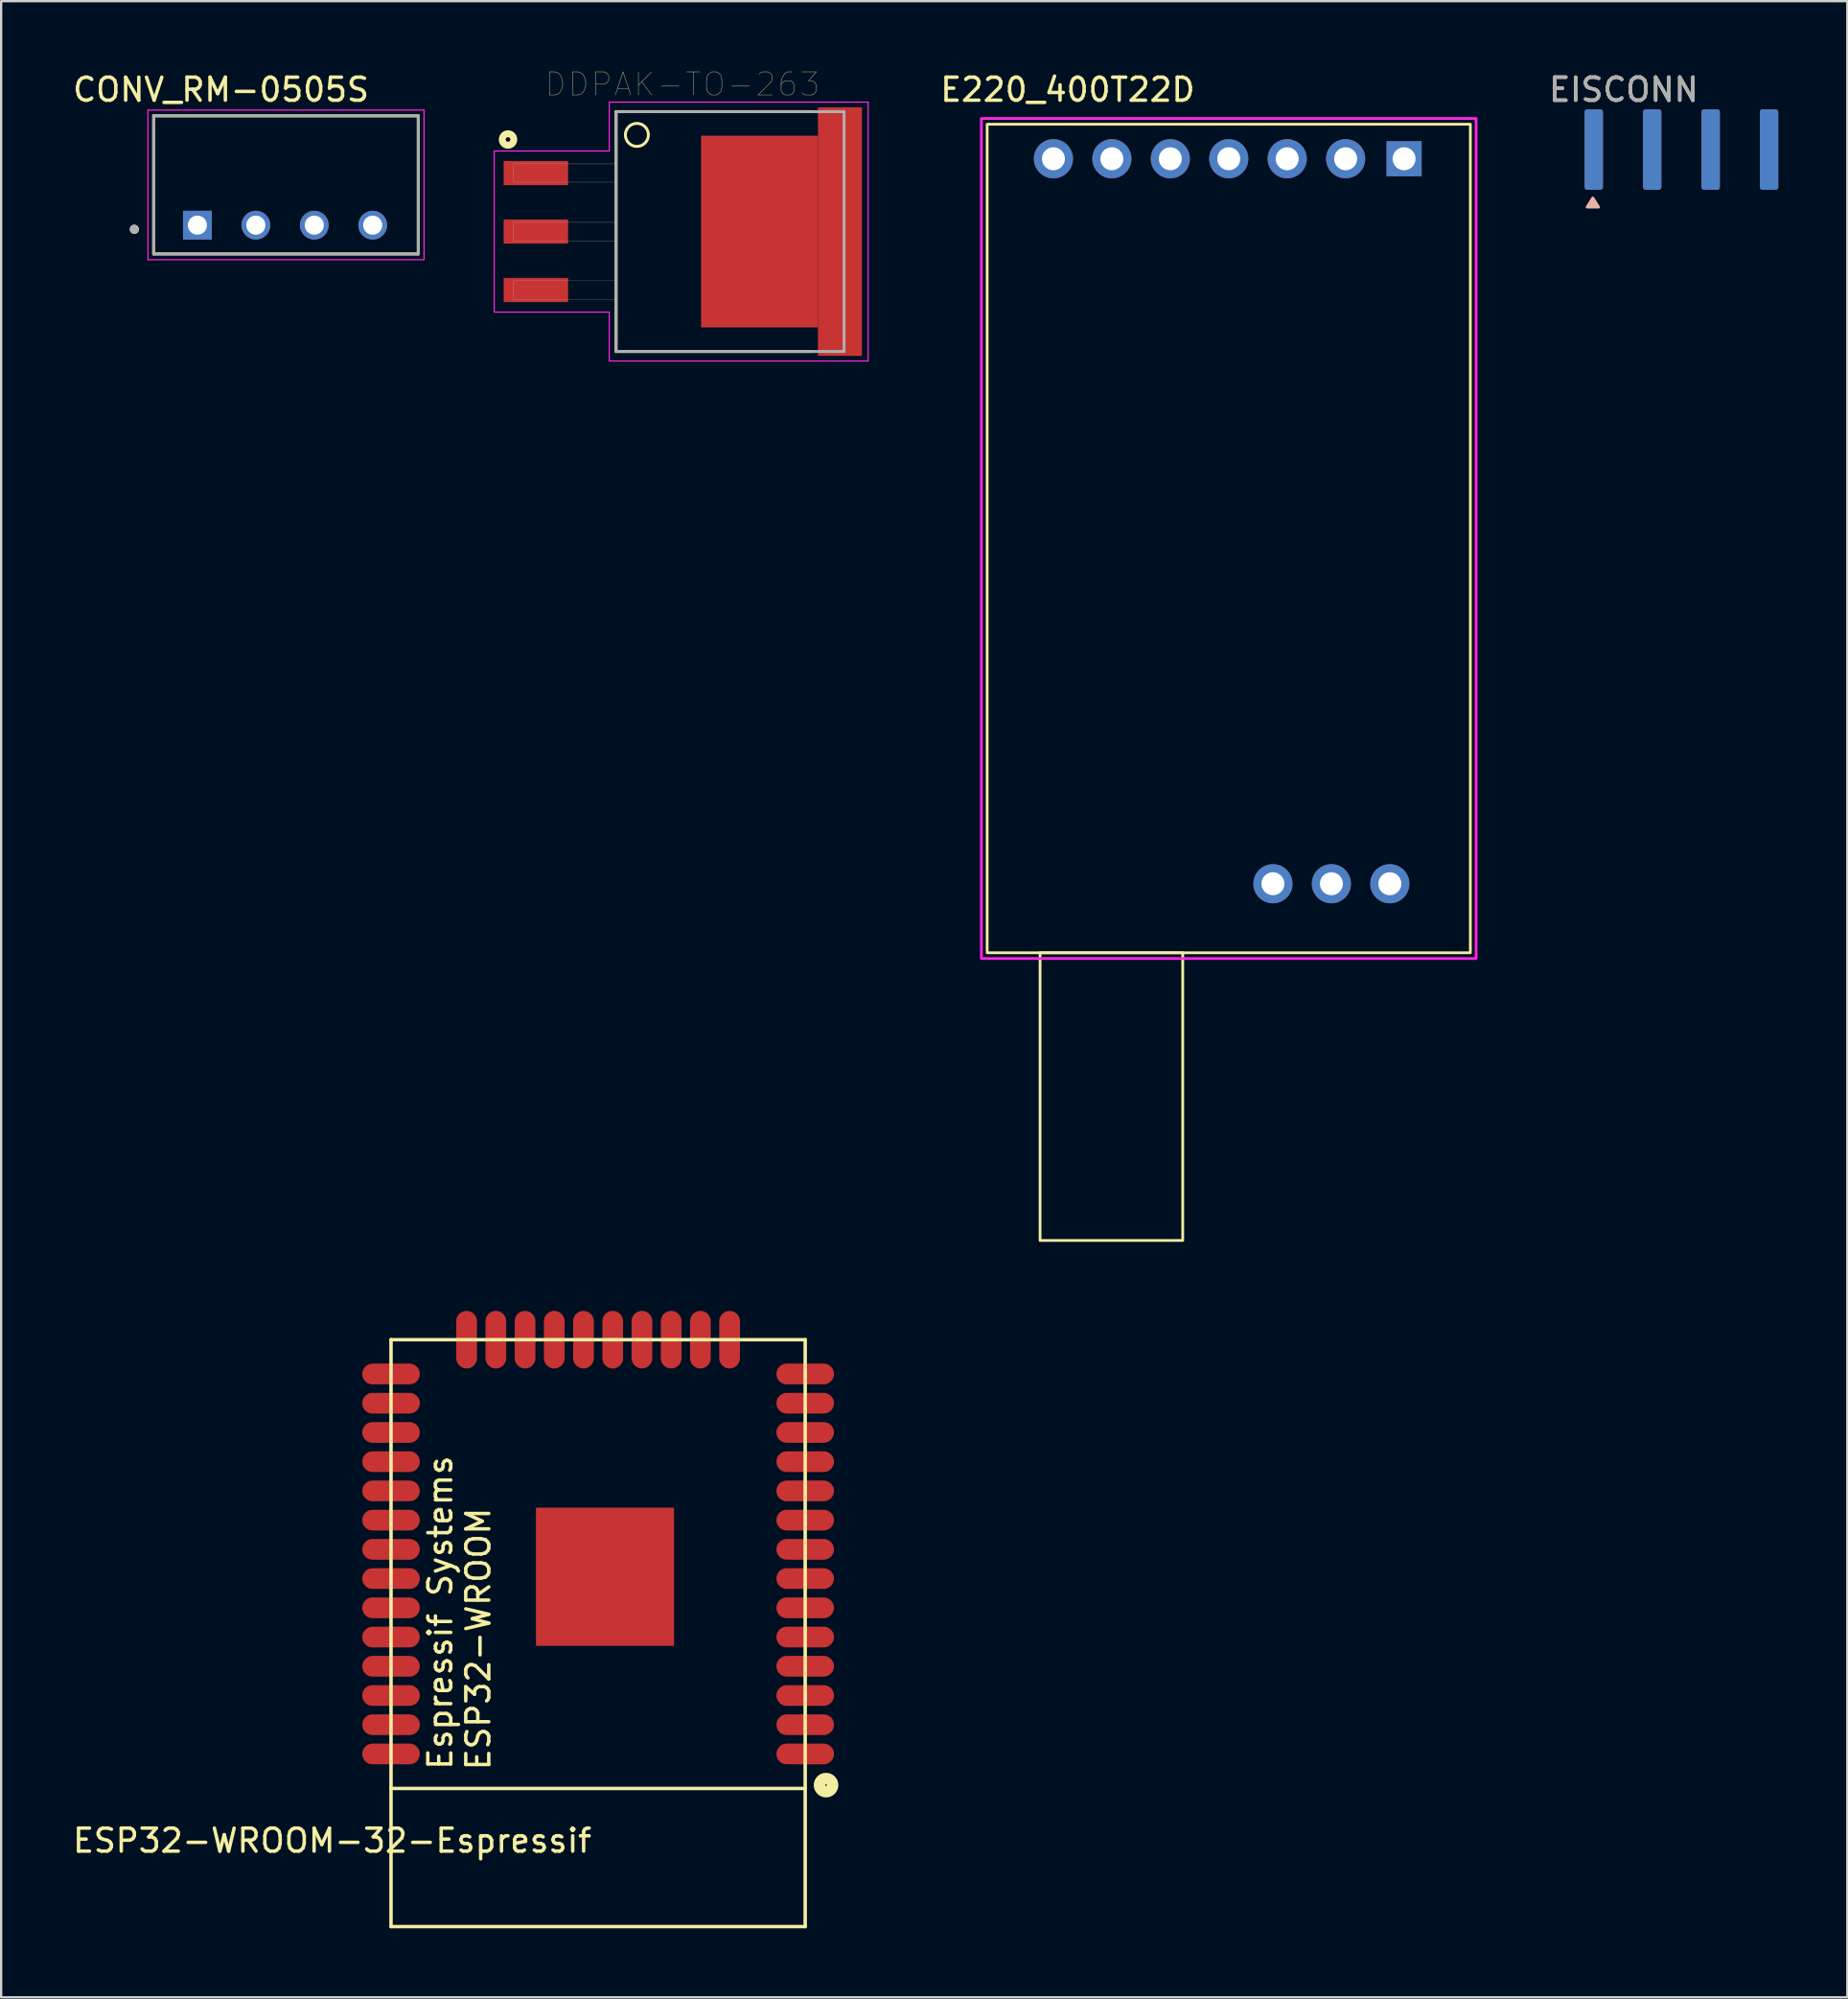
<source format=kicad_pcb>
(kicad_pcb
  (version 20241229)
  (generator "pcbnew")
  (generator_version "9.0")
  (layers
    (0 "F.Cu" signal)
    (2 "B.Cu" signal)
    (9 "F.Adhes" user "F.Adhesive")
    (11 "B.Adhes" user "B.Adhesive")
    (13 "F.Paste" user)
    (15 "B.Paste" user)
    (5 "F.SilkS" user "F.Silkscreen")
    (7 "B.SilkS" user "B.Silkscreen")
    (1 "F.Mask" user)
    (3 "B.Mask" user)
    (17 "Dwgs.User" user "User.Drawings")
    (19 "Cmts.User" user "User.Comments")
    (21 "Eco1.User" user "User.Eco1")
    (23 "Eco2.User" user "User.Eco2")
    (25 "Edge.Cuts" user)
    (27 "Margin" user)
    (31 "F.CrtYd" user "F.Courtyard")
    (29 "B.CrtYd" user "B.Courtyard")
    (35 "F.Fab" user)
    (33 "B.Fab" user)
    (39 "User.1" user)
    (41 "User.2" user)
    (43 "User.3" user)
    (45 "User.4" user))
  (footprint "EISCONN"
    (layer "F.Cu")
    (at 70.025 3.448)
    (property "Reference" "EISCONN" (at -2.5 -2.6 0) (unlocked yes) (layer "F.SilkS") (effects (font (size 1 1) (thickness 0.15))))
    (attr smd)
    (fp_poly (pts (xy -3.85 2.1) (xy -4.1 2.5) (xy -3.6 2.5)) (stroke (width 0.12) (type solid)) (fill yes) (layer "B.SilkS"))
    (fp_text user "${REFERENCE}" (at -2.5 -2.6 0) (unlocked yes) (layer "F.Fab") (effects (font (size 1 1) (thickness 0.15))))
    (pad "1" smd roundrect (at -3.81 0 270) (size 3.5 0.8) (layers "B.Cu" "B.Mask" "B.Paste") (roundrect_rratio 0.15))
    (pad "2" smd roundrect (at -3.81 0 90) (size 3.5 0.8) (layers "F.Cu" "F.Mask" "F.Paste") (roundrect_rratio 0.15))
    (pad "3" smd roundrect (at -1.27 0 270) (size 3.5 0.8) (layers "B.Cu" "B.Mask" "B.Paste") (roundrect_rratio 0.15))
    (pad "4" smd roundrect (at -1.27 0 90) (size 3.5 0.8) (layers "F.Cu" "F.Mask" "F.Paste") (roundrect_rratio 0.15))
    (pad "5" smd roundrect (at 1.27 0 270) (size 3.5 0.8) (layers "B.Cu" "B.Mask" "B.Paste") (roundrect_rratio 0.15))
    (pad "6" smd roundrect (at 1.27 0 90) (size 3.5 0.8) (layers "F.Cu" "F.Mask" "F.Paste") (roundrect_rratio 0.15))
    (pad "7" smd roundrect (at 3.81 0 270) (size 3.5 0.8) (layers "B.Cu" "B.Mask" "B.Paste") (roundrect_rratio 0.15))
    (pad "8" smd roundrect (at 3.81 0 270) (size 3.5 0.8) (layers "F.Cu" "B.Mask" "B.Paste") (roundrect_rratio 0.15)))
  (footprint "ESP32-WROOM-32-Espressif"
    (layer "F.Cu")
    (at 22.944 67.908)
    (property "Reference" "ESP32-WROOM-32-Espressif" (at -11.557 9.017 0) (layer "F.SilkS") (effects (font (size 1 1) (thickness 0.15))))
    (attr through_hole)
    (fp_line (start -9 -12.75) (end 9 -12.75) (stroke (width 0.15) (type solid)) (layer "F.SilkS"))
    (fp_line (start -9 6.75) (end 9 6.75) (stroke (width 0.15) (type solid)) (layer "F.SilkS"))
    (fp_line (start -9 12.75) (end -9 -12.75) (stroke (width 0.15) (type solid)) (layer "F.SilkS"))
    (fp_line (start -9 12.75) (end 9 12.75) (stroke (width 0.15) (type solid)) (layer "F.SilkS"))
    (fp_line (start 9 12.75) (end 9 -12.75) (stroke (width 0.15) (type solid)) (layer "F.SilkS"))
    (fp_circle (center 9.906 6.604) (end 10.033 6.858) (stroke (width 0.5) (type solid)) (fill no) (layer "F.SilkS"))
    (fp_text user "Espressif Systems" (at -6.858 -0.889 90) (layer "F.SilkS") (effects (font (size 1 1) (thickness 0.15))))
    (fp_text user "ESP32-WROOM" (at -5.207 0.254 90) (layer "F.SilkS") (effects (font (size 1 1) (thickness 0.15))))
    (pad "1" smd oval (at 9 5.25) (size 2.5 0.9) (layers "F.Cu" "F.Mask" "F.Paste"))
    (pad "2" smd oval (at 9 3.98) (size 2.5 0.9) (layers "F.Cu" "F.Mask" "F.Paste"))
    (pad "3" smd oval (at 9 2.71) (size 2.5 0.9) (layers "F.Cu" "F.Mask" "F.Paste"))
    (pad "4" smd oval (at 9 1.44) (size 2.5 0.9) (layers "F.Cu" "F.Mask" "F.Paste"))
    (pad "5" smd oval (at 9 0.17) (size 2.5 0.9) (layers "F.Cu" "F.Mask" "F.Paste"))
    (pad "6" smd oval (at 9 -1.1) (size 2.5 0.9) (layers "F.Cu" "F.Mask" "F.Paste"))
    (pad "7" smd oval (at 9 -2.37) (size 2.5 0.9) (layers "F.Cu" "F.Mask" "F.Paste"))
    (pad "8" smd oval (at 9 -3.64) (size 2.5 0.9) (layers "F.Cu" "F.Mask" "F.Paste"))
    (pad "9" smd oval (at 9 -4.91) (size 2.5 0.9) (layers "F.Cu" "F.Mask" "F.Paste"))
    (pad "10" smd oval (at 9 -6.18) (size 2.5 0.9) (layers "F.Cu" "F.Mask" "F.Paste"))
    (pad "11" smd oval (at 9 -7.45) (size 2.5 0.9) (layers "F.Cu" "F.Mask" "F.Paste"))
    (pad "12" smd oval (at 9 -8.72) (size 2.5 0.9) (layers "F.Cu" "F.Mask" "F.Paste"))
    (pad "13" smd oval (at 9 -9.99) (size 2.5 0.9) (layers "F.Cu" "F.Mask" "F.Paste"))
    (pad "14" smd oval (at 9 -11.26) (size 2.5 0.9) (layers "F.Cu" "F.Mask" "F.Paste"))
    (pad "15" smd oval (at 5.715 -12.75) (size 0.9 2.5) (layers "F.Cu" "F.Mask" "F.Paste"))
    (pad "16" smd oval (at 4.445 -12.75) (size 0.9 2.5) (layers "F.Cu" "F.Mask" "F.Paste"))
    (pad "17" smd oval (at 3.175 -12.75) (size 0.9 2.5) (layers "F.Cu" "F.Mask" "F.Paste"))
    (pad "18" smd oval (at 1.905 -12.75) (size 0.9 2.5) (layers "F.Cu" "F.Mask" "F.Paste"))
    (pad "19" smd oval (at 0.635 -12.75) (size 0.9 2.5) (layers "F.Cu" "F.Mask" "F.Paste"))
    (pad "20" smd oval (at -0.635 -12.75) (size 0.9 2.5) (layers "F.Cu" "F.Mask" "F.Paste"))
    (pad "21" smd oval (at -1.905 -12.75) (size 0.9 2.5) (layers "F.Cu" "F.Mask" "F.Paste"))
    (pad "22" smd oval (at -3.175 -12.75) (size 0.9 2.5) (layers "F.Cu" "F.Mask" "F.Paste"))
    (pad "23" smd oval (at -4.445 -12.75) (size 0.9 2.5) (layers "F.Cu" "F.Mask" "F.Paste"))
    (pad "24" smd oval (at -5.715 -12.75) (size 0.9 2.5) (layers "F.Cu" "F.Mask" "F.Paste"))
    (pad "25" smd oval (at -9 -11.26) (size 2.5 0.9) (layers "F.Cu" "F.Mask" "F.Paste"))
    (pad "26" smd oval (at -9 -9.99) (size 2.5 0.9) (layers "F.Cu" "F.Mask" "F.Paste"))
    (pad "27" smd oval (at -9 -8.72) (size 2.5 0.9) (layers "F.Cu" "F.Mask" "F.Paste"))
    (pad "28" smd oval (at -9 -7.45) (size 2.5 0.9) (layers "F.Cu" "F.Mask" "F.Paste"))
    (pad "29" smd oval (at -9 -6.18) (size 2.5 0.9) (layers "F.Cu" "F.Mask" "F.Paste"))
    (pad "30" smd oval (at -9 -4.91) (size 2.5 0.9) (layers "F.Cu" "F.Mask" "F.Paste"))
    (pad "31" smd oval (at -9 -3.64) (size 2.5 0.9) (layers "F.Cu" "F.Mask" "F.Paste"))
    (pad "32" smd oval (at -9 -2.37) (size 2.5 0.9) (layers "F.Cu" "F.Mask" "F.Paste"))
    (pad "33" smd oval (at -9 -1.1) (size 2.5 0.9) (layers "F.Cu" "F.Mask" "F.Paste"))
    (pad "34" smd oval (at -9 0.17) (size 2.5 0.9) (layers "F.Cu" "F.Mask" "F.Paste"))
    (pad "35" smd oval (at -9 1.44) (size 2.5 0.9) (layers "F.Cu" "F.Mask" "F.Paste"))
    (pad "36" smd oval (at -9 2.71) (size 2.5 0.9) (layers "F.Cu" "F.Mask" "F.Paste"))
    (pad "37" smd oval (at -9 3.98) (size 2.5 0.9) (layers "F.Cu" "F.Mask" "F.Paste"))
    (pad "38" smd oval (at -9 5.25) (size 2.5 0.9) (layers "F.Cu" "F.Mask" "F.Paste"))
    (pad "39" smd rect (at 0.3 -2.45) (size 6 6) (layers "F.Cu" "F.Mask" "F.Paste")))
  (footprint "E220_400T22D"
    (layer "F.Cu")
    (at 39.852 2.348)
    (property "Reference" "E220_400T22D" (at 3.5 -1.5 0) (unlocked yes) (layer "F.SilkS") (effects (font (size 1 1) (thickness 0.15))))
    (attr through_hole)
    (fp_rect (start 0 0) (end 21 36) (stroke (width 0.12) (type default)) (fill no) (layer "F.SilkS"))
    (fp_rect (start 2.3 36) (end 8.5 48.5) (stroke (width 0.12) (type default)) (fill no) (layer "F.SilkS"))
    (fp_rect (start -0.25 -0.25) (end 21.25 36.25) (stroke (width 0.12) (type default)) (fill no) (layer "F.CrtYd"))
    (pad "1" thru_hole rect (at 18.12 1.5) (size 1.524 1.524) (drill 1) (layers "*.Cu" "*.Mask"))
    (pad "2" thru_hole circle (at 15.58 1.5) (size 1.7 1.7) (drill 1) (layers "*.Cu" "*.Mask"))
    (pad "3" thru_hole circle (at 13.04 1.5) (size 1.7 1.7) (drill 1) (layers "*.Cu" "*.Mask"))
    (pad "4" thru_hole circle (at 10.5 1.5) (size 1.7 1.7) (drill 1) (layers "*.Cu" "*.Mask"))
    (pad "5" thru_hole circle (at 7.96 1.5) (size 1.7 1.7) (drill 1) (layers "*.Cu" "*.Mask"))
    (pad "6" thru_hole circle (at 5.42 1.5) (size 1.7 1.7) (drill 1) (layers "*.Cu" "*.Mask"))
    (pad "7" thru_hole circle (at 2.88 1.5) (size 1.7 1.7) (drill 1) (layers "*.Cu" "*.Mask"))
    (pad "8" thru_hole circle (at 17.5 33) (size 1.7 1.7) (drill 1) (layers "*.Cu" "*.Mask"))
    (pad "9" thru_hole circle (at 14.96 33) (size 1.7 1.7) (drill 1) (layers "*.Cu" "*.Mask"))
    (pad "10" thru_hole circle (at 12.42 33) (size 1.7 1.7) (drill 1) (layers "*.Cu" "*.Mask")))
  (footprint "CONV_RM-0505S"
    (layer "F.Cu")
    (at 9.379 4.983)
    (property "Reference" "CONV_RM-0505S" (at -2.825 -4.135 0) (layer "F.SilkS") (effects (font (size 1 1) (thickness 0.15))))
    (attr through_hole)
    (fp_line (start -5.75 -3) (end 5.75 -3) (stroke (width 0.127) (type solid)) (layer "F.SilkS"))
    (fp_line (start -5.75 3) (end -5.75 -3) (stroke (width 0.127) (type solid)) (layer "F.SilkS"))
    (fp_line (start 5.75 -3) (end 5.75 3) (stroke (width 0.127) (type solid)) (layer "F.SilkS"))
    (fp_line (start 5.75 3) (end -5.75 3) (stroke (width 0.127) (type solid)) (layer "F.SilkS"))
    (fp_circle (center -6.59 1.93) (end -6.49 1.93) (stroke (width 0.2) (type solid)) (fill no) (layer "F.SilkS"))
    (fp_line (start -6 -3.25) (end 6 -3.25) (stroke (width 0.05) (type solid)) (layer "F.CrtYd"))
    (fp_line (start -6 3.25) (end -6 -3.25) (stroke (width 0.05) (type solid)) (layer "F.CrtYd"))
    (fp_line (start 6 -3.25) (end 6 3.25) (stroke (width 0.05) (type solid)) (layer "F.CrtYd"))
    (fp_line (start 6 3.25) (end -6 3.25) (stroke (width 0.05) (type solid)) (layer "F.CrtYd"))
    (fp_line (start -5.75 -3) (end -5.75 3) (stroke (width 0.127) (type solid)) (layer "F.Fab"))
    (fp_line (start -5.75 3) (end 5.75 3) (stroke (width 0.127) (type solid)) (layer "F.Fab"))
    (fp_line (start 5.75 -3) (end -5.75 -3) (stroke (width 0.127) (type solid)) (layer "F.Fab"))
    (fp_line (start 5.75 3) (end 5.75 -3) (stroke (width 0.127) (type solid)) (layer "F.Fab"))
    (fp_circle (center -6.59 1.93) (end -6.49 1.93) (stroke (width 0.2) (type solid)) (fill no) (layer "F.Fab"))
    (pad "1" thru_hole rect (at -3.85 1.75) (size 1.25 1.25) (drill 0.83) (layers "*.Cu" "*.Mask"))
    (pad "2" thru_hole circle (at -1.31 1.75) (size 1.25 1.25) (drill 0.83) (layers "*.Cu" "*.Mask"))
    (pad "3" thru_hole circle (at 1.23 1.75) (size 1.25 1.25) (drill 0.83) (layers "*.Cu" "*.Mask"))
    (pad "4" thru_hole circle (at 3.77 1.75) (size 1.25 1.25) (drill 0.83) (layers "*.Cu" "*.Mask")))
  (footprint "DDPAK-TO-263"
    (layer "F.Cu")
    (at 26.429 7.011)
    (property "Reference" "DDPAK-TO-263" (at 0.175 -6.398 0) (layer "F.SilkS") (effects (font (size 1.002 1.002) (thickness 0.015))))
    (attr through_hole)
    (fp_line (start -2.705 -5.21) (end 5.8 -5.21) (stroke (width 0.127) (type solid)) (layer "F.SilkS"))
    (fp_line (start -2.705 5.21) (end -2.705 -5.21) (stroke (width 0.127) (type solid)) (layer "F.SilkS"))
    (fp_line (start 5.8 5.21) (end -2.705 5.21) (stroke (width 0.127) (type solid)) (layer "F.SilkS"))
    (fp_circle (center -7.4 -4) (end -7.15 -4) (stroke (width 0.3) (type solid)) (fill no) (layer "F.SilkS"))
    (fp_circle (center -1.8 -4.2) (end -1.3 -4.2) (stroke (width 0.127) (type solid)) (fill no) (layer "F.SilkS"))
    (fp_line (start -8 -3.5) (end -3 -3.5) (stroke (width 0.05) (type solid)) (layer "F.CrtYd"))
    (fp_line (start -8 3.5) (end -8 -3.5) (stroke (width 0.05) (type solid)) (layer "F.CrtYd"))
    (fp_line (start -3 -5.625) (end 8.25 -5.625) (stroke (width 0.05) (type solid)) (layer "F.CrtYd"))
    (fp_line (start -3 -3.5) (end -3 -5.625) (stroke (width 0.05) (type solid)) (layer "F.CrtYd"))
    (fp_line (start -3 3.5) (end -8 3.5) (stroke (width 0.05) (type solid)) (layer "F.CrtYd"))
    (fp_line (start -3 5.625) (end -3 3.5) (stroke (width 0.05) (type solid)) (layer "F.CrtYd"))
    (fp_line (start 8.25 -5.625) (end 8.25 5.625) (stroke (width 0.05) (type solid)) (layer "F.CrtYd"))
    (fp_line (start 8.25 5.625) (end -3 5.625) (stroke (width 0.05) (type solid)) (layer "F.CrtYd"))
    (fp_line (start -2.705 -5.21) (end -2.705 5.21) (stroke (width 0.127) (type solid)) (layer "F.Fab"))
    (fp_line (start -2.705 5.21) (end 7.205 5.21) (stroke (width 0.127) (type solid)) (layer "F.Fab"))
    (fp_line (start 7.205 -5.21) (end -2.705 -5.21) (stroke (width 0.127) (type solid)) (layer "F.Fab"))
    (fp_line (start 7.205 -5.21) (end 7.205 5.21) (stroke (width 0.127) (type solid)) (layer "F.Fab"))
    (fp_poly (pts (xy -7.165 -0.4) (xy -2.705 -0.4) (xy -2.705 0.401) (xy -7.165 0.401)) (stroke (width 0.01) (type solid)) (fill no) (layer "F.Fab"))
    (fp_poly (pts (xy -7.164 -2.94) (xy -2.705 -2.94) (xy -2.705 -2.146) (xy -7.164 -2.146)) (stroke (width 0.01) (type solid)) (fill no) (layer "F.Fab"))
    (fp_poly (pts (xy -7.163 2.14) (xy -2.705 2.14) (xy -2.705 2.948) (xy -7.163 2.948)) (stroke (width 0.01) (type solid)) (fill no) (layer "F.Fab"))
    (pad "1" smd rect (at -6.19 -2.54) (size 2.8 1.05) (layers "F.Cu" "F.Mask" "F.Paste"))
    (pad "2" smd rect (at -6.19 0) (size 2.8 1.05) (layers "F.Cu" "F.Mask" "F.Paste"))
    (pad "3" smd rect (at -6.19 2.54) (size 2.8 1.05) (layers "F.Cu" "F.Mask" "F.Paste"))
    (pad "4" smd rect (at 3.53 0) (size 5.08 8.33) (layers "F.Cu" "F.Mask" "F.Paste"))
    (pad "5" smd rect (at 7.025 0) (size 1.91 10.8) (layers "F.Cu" "F.Mask" "F.Paste")))
  (gr_rect
    (start -3 -3)
    (end 77.235 83.733)
    (stroke (width 0.1) (type default))
    (fill no)
    (layer "Edge.Cuts")))
</source>
